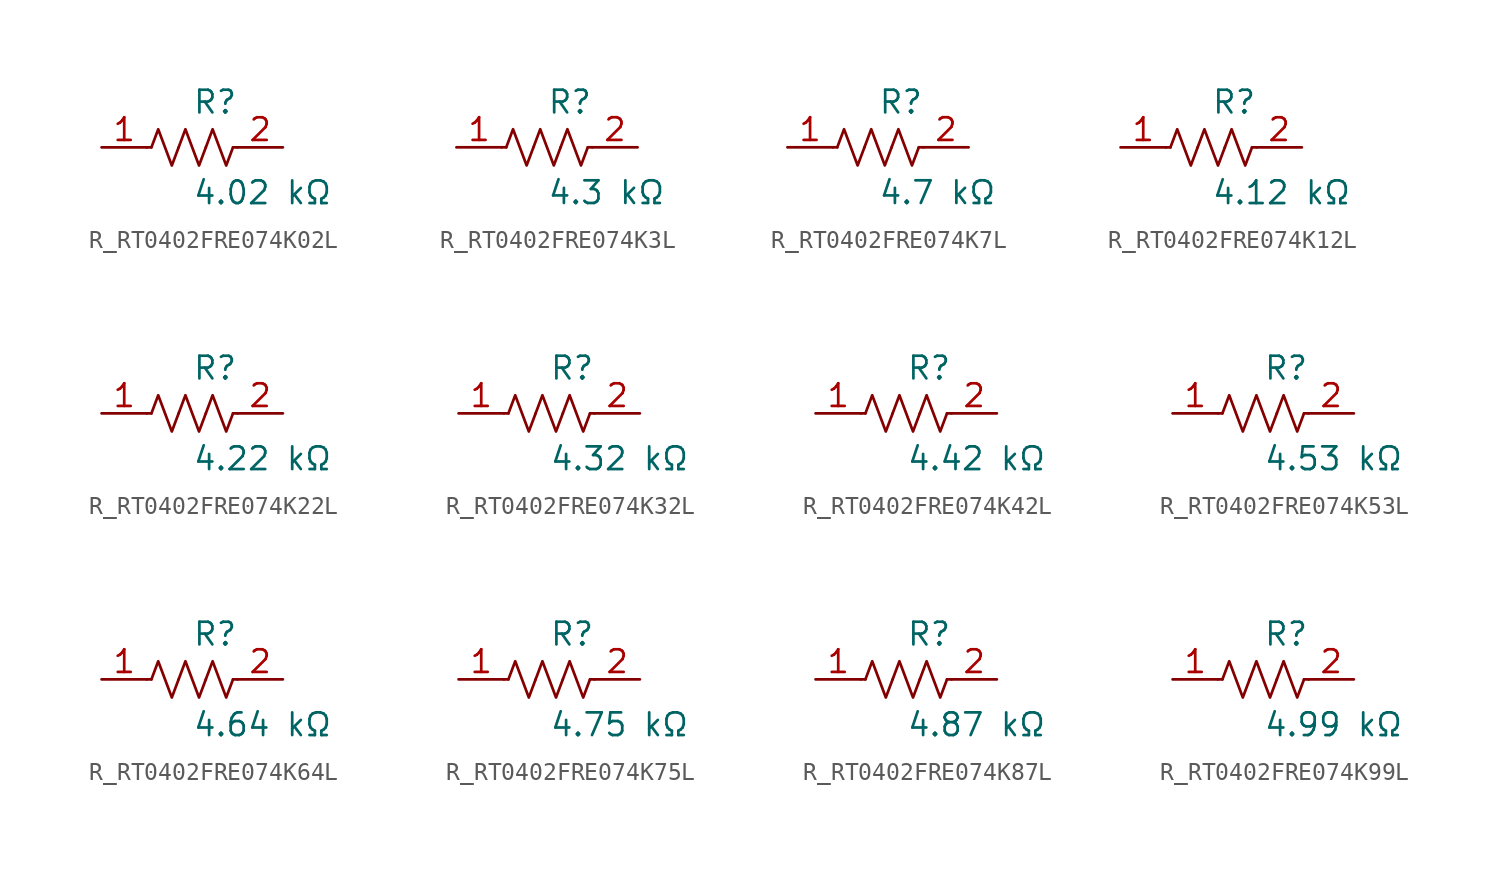
<source format=kicad_sym>
(kicad_symbol_lib
  (version 20231120)
  (generator kicad_symbol_editor)
  (generator_version 8.0)
  (symbol "R_RT0402FRE074K02L"
    (pin_names
      (offset 0.254))
    (property "Reference" "R"
      (at 0.0 2.54 0)
      (effects (font (size 1.27 1.27)) (justify left)))
    (property "Value" "4.02 kΩ"
      (at 0.0 -2.54 0)
      (effects (font (size 1.27 1.27)) (justify left)))
    (symbol "R_RT0402FRE074K02L_0_1"
      (polyline (pts (xy 2.286 0) (xy 2.54 0)) (stroke (width 0) (type default)) (fill (type none)))
      (polyline (pts (xy -2.286 0) (xy -2.54 0)) (stroke (width 0) (type default)) (fill (type none)))
      (polyline (pts (xy 0.762 0) (xy 1.143 1.016) (xy 1.524 0) (xy 1.905 -1.016) (xy 2.286 0)) (stroke (width 0) (type default)) (fill (type none)))
      (polyline (pts (xy -0.762 0) (xy -0.381 1.016) (xy 0 0) (xy 0.381 -1.016) (xy 0.762 0)) (stroke (width 0) (type default)) (fill (type none)))
      (polyline (pts (xy -2.286 0) (xy -1.905 1.016) (xy -1.524 0) (xy -1.143 -1.016) (xy -0.762 0)) (stroke (width 0) (type default)) (fill (type none))))
    (pin unspecified line
      (at -5.08 0 0)
      (length 2.54)
      (name "" (effects (font (size 1.27 1.27))))
      (number "1" (effects (font (size 1.27 1.27)))))
    (pin unspecified line
      (at 5.08 0 180)
      (length 2.54)
      (name "" (effects (font (size 1.27 1.27))))
      (number "2" (effects (font (size 1.27 1.27))))))
  (symbol "R_RT0402FRE074K3L"
    (pin_names
      (offset 0.254))
    (property "Reference" "R"
      (at 0.0 2.54 0)
      (effects (font (size 1.27 1.27)) (justify left)))
    (property "Value" "4.3 kΩ"
      (at 0.0 -2.54 0)
      (effects (font (size 1.27 1.27)) (justify left)))
    (symbol "R_RT0402FRE074K3L_0_1"
      (polyline (pts (xy 2.286 0) (xy 2.54 0)) (stroke (width 0) (type default)) (fill (type none)))
      (polyline (pts (xy -2.286 0) (xy -2.54 0)) (stroke (width 0) (type default)) (fill (type none)))
      (polyline (pts (xy 0.762 0) (xy 1.143 1.016) (xy 1.524 0) (xy 1.905 -1.016) (xy 2.286 0)) (stroke (width 0) (type default)) (fill (type none)))
      (polyline (pts (xy -0.762 0) (xy -0.381 1.016) (xy 0 0) (xy 0.381 -1.016) (xy 0.762 0)) (stroke (width 0) (type default)) (fill (type none)))
      (polyline (pts (xy -2.286 0) (xy -1.905 1.016) (xy -1.524 0) (xy -1.143 -1.016) (xy -0.762 0)) (stroke (width 0) (type default)) (fill (type none))))
    (pin unspecified line
      (at -5.08 0 0)
      (length 2.54)
      (name "" (effects (font (size 1.27 1.27))))
      (number "1" (effects (font (size 1.27 1.27)))))
    (pin unspecified line
      (at 5.08 0 180)
      (length 2.54)
      (name "" (effects (font (size 1.27 1.27))))
      (number "2" (effects (font (size 1.27 1.27))))))
  (symbol "R_RT0402FRE074K7L"
    (pin_names
      (offset 0.254))
    (property "Reference" "R"
      (at 0.0 2.54 0)
      (effects (font (size 1.27 1.27)) (justify left)))
    (property "Value" "4.7 kΩ"
      (at 0.0 -2.54 0)
      (effects (font (size 1.27 1.27)) (justify left)))
    (symbol "R_RT0402FRE074K7L_0_1"
      (polyline (pts (xy 2.286 0) (xy 2.54 0)) (stroke (width 0) (type default)) (fill (type none)))
      (polyline (pts (xy -2.286 0) (xy -2.54 0)) (stroke (width 0) (type default)) (fill (type none)))
      (polyline (pts (xy 0.762 0) (xy 1.143 1.016) (xy 1.524 0) (xy 1.905 -1.016) (xy 2.286 0)) (stroke (width 0) (type default)) (fill (type none)))
      (polyline (pts (xy -0.762 0) (xy -0.381 1.016) (xy 0 0) (xy 0.381 -1.016) (xy 0.762 0)) (stroke (width 0) (type default)) (fill (type none)))
      (polyline (pts (xy -2.286 0) (xy -1.905 1.016) (xy -1.524 0) (xy -1.143 -1.016) (xy -0.762 0)) (stroke (width 0) (type default)) (fill (type none))))
    (pin unspecified line
      (at -5.08 0 0)
      (length 2.54)
      (name "" (effects (font (size 1.27 1.27))))
      (number "1" (effects (font (size 1.27 1.27)))))
    (pin unspecified line
      (at 5.08 0 180)
      (length 2.54)
      (name "" (effects (font (size 1.27 1.27))))
      (number "2" (effects (font (size 1.27 1.27))))))
  (symbol "R_RT0402FRE074K12L"
    (pin_names
      (offset 0.254))
    (property "Reference" "R"
      (at 0.0 2.54 0)
      (effects (font (size 1.27 1.27)) (justify left)))
    (property "Value" "4.12 kΩ"
      (at 0.0 -2.54 0)
      (effects (font (size 1.27 1.27)) (justify left)))
    (symbol "R_RT0402FRE074K12L_0_1"
      (polyline (pts (xy 2.286 0) (xy 2.54 0)) (stroke (width 0) (type default)) (fill (type none)))
      (polyline (pts (xy -2.286 0) (xy -2.54 0)) (stroke (width 0) (type default)) (fill (type none)))
      (polyline (pts (xy 0.762 0) (xy 1.143 1.016) (xy 1.524 0) (xy 1.905 -1.016) (xy 2.286 0)) (stroke (width 0) (type default)) (fill (type none)))
      (polyline (pts (xy -0.762 0) (xy -0.381 1.016) (xy 0 0) (xy 0.381 -1.016) (xy 0.762 0)) (stroke (width 0) (type default)) (fill (type none)))
      (polyline (pts (xy -2.286 0) (xy -1.905 1.016) (xy -1.524 0) (xy -1.143 -1.016) (xy -0.762 0)) (stroke (width 0) (type default)) (fill (type none))))
    (pin unspecified line
      (at -5.08 0 0)
      (length 2.54)
      (name "" (effects (font (size 1.27 1.27))))
      (number "1" (effects (font (size 1.27 1.27)))))
    (pin unspecified line
      (at 5.08 0 180)
      (length 2.54)
      (name "" (effects (font (size 1.27 1.27))))
      (number "2" (effects (font (size 1.27 1.27))))))
  (symbol "R_RT0402FRE074K22L"
    (pin_names
      (offset 0.254))
    (property "Reference" "R"
      (at 0.0 2.54 0)
      (effects (font (size 1.27 1.27)) (justify left)))
    (property "Value" "4.22 kΩ"
      (at 0.0 -2.54 0)
      (effects (font (size 1.27 1.27)) (justify left)))
    (symbol "R_RT0402FRE074K22L_0_1"
      (polyline (pts (xy 2.286 0) (xy 2.54 0)) (stroke (width 0) (type default)) (fill (type none)))
      (polyline (pts (xy -2.286 0) (xy -2.54 0)) (stroke (width 0) (type default)) (fill (type none)))
      (polyline (pts (xy 0.762 0) (xy 1.143 1.016) (xy 1.524 0) (xy 1.905 -1.016) (xy 2.286 0)) (stroke (width 0) (type default)) (fill (type none)))
      (polyline (pts (xy -0.762 0) (xy -0.381 1.016) (xy 0 0) (xy 0.381 -1.016) (xy 0.762 0)) (stroke (width 0) (type default)) (fill (type none)))
      (polyline (pts (xy -2.286 0) (xy -1.905 1.016) (xy -1.524 0) (xy -1.143 -1.016) (xy -0.762 0)) (stroke (width 0) (type default)) (fill (type none))))
    (pin unspecified line
      (at -5.08 0 0)
      (length 2.54)
      (name "" (effects (font (size 1.27 1.27))))
      (number "1" (effects (font (size 1.27 1.27)))))
    (pin unspecified line
      (at 5.08 0 180)
      (length 2.54)
      (name "" (effects (font (size 1.27 1.27))))
      (number "2" (effects (font (size 1.27 1.27))))))
  (symbol "R_RT0402FRE074K32L"
    (pin_names
      (offset 0.254))
    (property "Reference" "R"
      (at 0.0 2.54 0)
      (effects (font (size 1.27 1.27)) (justify left)))
    (property "Value" "4.32 kΩ"
      (at 0.0 -2.54 0)
      (effects (font (size 1.27 1.27)) (justify left)))
    (symbol "R_RT0402FRE074K32L_0_1"
      (polyline (pts (xy 2.286 0) (xy 2.54 0)) (stroke (width 0) (type default)) (fill (type none)))
      (polyline (pts (xy -2.286 0) (xy -2.54 0)) (stroke (width 0) (type default)) (fill (type none)))
      (polyline (pts (xy 0.762 0) (xy 1.143 1.016) (xy 1.524 0) (xy 1.905 -1.016) (xy 2.286 0)) (stroke (width 0) (type default)) (fill (type none)))
      (polyline (pts (xy -0.762 0) (xy -0.381 1.016) (xy 0 0) (xy 0.381 -1.016) (xy 0.762 0)) (stroke (width 0) (type default)) (fill (type none)))
      (polyline (pts (xy -2.286 0) (xy -1.905 1.016) (xy -1.524 0) (xy -1.143 -1.016) (xy -0.762 0)) (stroke (width 0) (type default)) (fill (type none))))
    (pin unspecified line
      (at -5.08 0 0)
      (length 2.54)
      (name "" (effects (font (size 1.27 1.27))))
      (number "1" (effects (font (size 1.27 1.27)))))
    (pin unspecified line
      (at 5.08 0 180)
      (length 2.54)
      (name "" (effects (font (size 1.27 1.27))))
      (number "2" (effects (font (size 1.27 1.27))))))
  (symbol "R_RT0402FRE074K42L"
    (pin_names
      (offset 0.254))
    (property "Reference" "R"
      (at 0.0 2.54 0)
      (effects (font (size 1.27 1.27)) (justify left)))
    (property "Value" "4.42 kΩ"
      (at 0.0 -2.54 0)
      (effects (font (size 1.27 1.27)) (justify left)))
    (symbol "R_RT0402FRE074K42L_0_1"
      (polyline (pts (xy 2.286 0) (xy 2.54 0)) (stroke (width 0) (type default)) (fill (type none)))
      (polyline (pts (xy -2.286 0) (xy -2.54 0)) (stroke (width 0) (type default)) (fill (type none)))
      (polyline (pts (xy 0.762 0) (xy 1.143 1.016) (xy 1.524 0) (xy 1.905 -1.016) (xy 2.286 0)) (stroke (width 0) (type default)) (fill (type none)))
      (polyline (pts (xy -0.762 0) (xy -0.381 1.016) (xy 0 0) (xy 0.381 -1.016) (xy 0.762 0)) (stroke (width 0) (type default)) (fill (type none)))
      (polyline (pts (xy -2.286 0) (xy -1.905 1.016) (xy -1.524 0) (xy -1.143 -1.016) (xy -0.762 0)) (stroke (width 0) (type default)) (fill (type none))))
    (pin unspecified line
      (at -5.08 0 0)
      (length 2.54)
      (name "" (effects (font (size 1.27 1.27))))
      (number "1" (effects (font (size 1.27 1.27)))))
    (pin unspecified line
      (at 5.08 0 180)
      (length 2.54)
      (name "" (effects (font (size 1.27 1.27))))
      (number "2" (effects (font (size 1.27 1.27))))))
  (symbol "R_RT0402FRE074K53L"
    (pin_names
      (offset 0.254))
    (property "Reference" "R"
      (at 0.0 2.54 0)
      (effects (font (size 1.27 1.27)) (justify left)))
    (property "Value" "4.53 kΩ"
      (at 0.0 -2.54 0)
      (effects (font (size 1.27 1.27)) (justify left)))
    (symbol "R_RT0402FRE074K53L_0_1"
      (polyline (pts (xy 2.286 0) (xy 2.54 0)) (stroke (width 0) (type default)) (fill (type none)))
      (polyline (pts (xy -2.286 0) (xy -2.54 0)) (stroke (width 0) (type default)) (fill (type none)))
      (polyline (pts (xy 0.762 0) (xy 1.143 1.016) (xy 1.524 0) (xy 1.905 -1.016) (xy 2.286 0)) (stroke (width 0) (type default)) (fill (type none)))
      (polyline (pts (xy -0.762 0) (xy -0.381 1.016) (xy 0 0) (xy 0.381 -1.016) (xy 0.762 0)) (stroke (width 0) (type default)) (fill (type none)))
      (polyline (pts (xy -2.286 0) (xy -1.905 1.016) (xy -1.524 0) (xy -1.143 -1.016) (xy -0.762 0)) (stroke (width 0) (type default)) (fill (type none))))
    (pin unspecified line
      (at -5.08 0 0)
      (length 2.54)
      (name "" (effects (font (size 1.27 1.27))))
      (number "1" (effects (font (size 1.27 1.27)))))
    (pin unspecified line
      (at 5.08 0 180)
      (length 2.54)
      (name "" (effects (font (size 1.27 1.27))))
      (number "2" (effects (font (size 1.27 1.27))))))
  (symbol "R_RT0402FRE074K64L"
    (pin_names
      (offset 0.254))
    (property "Reference" "R"
      (at 0.0 2.54 0)
      (effects (font (size 1.27 1.27)) (justify left)))
    (property "Value" "4.64 kΩ"
      (at 0.0 -2.54 0)
      (effects (font (size 1.27 1.27)) (justify left)))
    (symbol "R_RT0402FRE074K64L_0_1"
      (polyline (pts (xy 2.286 0) (xy 2.54 0)) (stroke (width 0) (type default)) (fill (type none)))
      (polyline (pts (xy -2.286 0) (xy -2.54 0)) (stroke (width 0) (type default)) (fill (type none)))
      (polyline (pts (xy 0.762 0) (xy 1.143 1.016) (xy 1.524 0) (xy 1.905 -1.016) (xy 2.286 0)) (stroke (width 0) (type default)) (fill (type none)))
      (polyline (pts (xy -0.762 0) (xy -0.381 1.016) (xy 0 0) (xy 0.381 -1.016) (xy 0.762 0)) (stroke (width 0) (type default)) (fill (type none)))
      (polyline (pts (xy -2.286 0) (xy -1.905 1.016) (xy -1.524 0) (xy -1.143 -1.016) (xy -0.762 0)) (stroke (width 0) (type default)) (fill (type none))))
    (pin unspecified line
      (at -5.08 0 0)
      (length 2.54)
      (name "" (effects (font (size 1.27 1.27))))
      (number "1" (effects (font (size 1.27 1.27)))))
    (pin unspecified line
      (at 5.08 0 180)
      (length 2.54)
      (name "" (effects (font (size 1.27 1.27))))
      (number "2" (effects (font (size 1.27 1.27))))))
  (symbol "R_RT0402FRE074K75L"
    (pin_names
      (offset 0.254))
    (property "Reference" "R"
      (at 0.0 2.54 0)
      (effects (font (size 1.27 1.27)) (justify left)))
    (property "Value" "4.75 kΩ"
      (at 0.0 -2.54 0)
      (effects (font (size 1.27 1.27)) (justify left)))
    (symbol "R_RT0402FRE074K75L_0_1"
      (polyline (pts (xy 2.286 0) (xy 2.54 0)) (stroke (width 0) (type default)) (fill (type none)))
      (polyline (pts (xy -2.286 0) (xy -2.54 0)) (stroke (width 0) (type default)) (fill (type none)))
      (polyline (pts (xy 0.762 0) (xy 1.143 1.016) (xy 1.524 0) (xy 1.905 -1.016) (xy 2.286 0)) (stroke (width 0) (type default)) (fill (type none)))
      (polyline (pts (xy -0.762 0) (xy -0.381 1.016) (xy 0 0) (xy 0.381 -1.016) (xy 0.762 0)) (stroke (width 0) (type default)) (fill (type none)))
      (polyline (pts (xy -2.286 0) (xy -1.905 1.016) (xy -1.524 0) (xy -1.143 -1.016) (xy -0.762 0)) (stroke (width 0) (type default)) (fill (type none))))
    (pin unspecified line
      (at -5.08 0 0)
      (length 2.54)
      (name "" (effects (font (size 1.27 1.27))))
      (number "1" (effects (font (size 1.27 1.27)))))
    (pin unspecified line
      (at 5.08 0 180)
      (length 2.54)
      (name "" (effects (font (size 1.27 1.27))))
      (number "2" (effects (font (size 1.27 1.27))))))
  (symbol "R_RT0402FRE074K87L"
    (pin_names
      (offset 0.254))
    (property "Reference" "R"
      (at 0.0 2.54 0)
      (effects (font (size 1.27 1.27)) (justify left)))
    (property "Value" "4.87 kΩ"
      (at 0.0 -2.54 0)
      (effects (font (size 1.27 1.27)) (justify left)))
    (symbol "R_RT0402FRE074K87L_0_1"
      (polyline (pts (xy 2.286 0) (xy 2.54 0)) (stroke (width 0) (type default)) (fill (type none)))
      (polyline (pts (xy -2.286 0) (xy -2.54 0)) (stroke (width 0) (type default)) (fill (type none)))
      (polyline (pts (xy 0.762 0) (xy 1.143 1.016) (xy 1.524 0) (xy 1.905 -1.016) (xy 2.286 0)) (stroke (width 0) (type default)) (fill (type none)))
      (polyline (pts (xy -0.762 0) (xy -0.381 1.016) (xy 0 0) (xy 0.381 -1.016) (xy 0.762 0)) (stroke (width 0) (type default)) (fill (type none)))
      (polyline (pts (xy -2.286 0) (xy -1.905 1.016) (xy -1.524 0) (xy -1.143 -1.016) (xy -0.762 0)) (stroke (width 0) (type default)) (fill (type none))))
    (pin unspecified line
      (at -5.08 0 0)
      (length 2.54)
      (name "" (effects (font (size 1.27 1.27))))
      (number "1" (effects (font (size 1.27 1.27)))))
    (pin unspecified line
      (at 5.08 0 180)
      (length 2.54)
      (name "" (effects (font (size 1.27 1.27))))
      (number "2" (effects (font (size 1.27 1.27))))))
  (symbol "R_RT0402FRE074K99L"
    (pin_names
      (offset 0.254))
    (property "Reference" "R"
      (at 0.0 2.54 0)
      (effects (font (size 1.27 1.27)) (justify left)))
    (property "Value" "4.99 kΩ"
      (at 0.0 -2.54 0)
      (effects (font (size 1.27 1.27)) (justify left)))
    (symbol "R_RT0402FRE074K99L_0_1"
      (polyline (pts (xy 2.286 0) (xy 2.54 0)) (stroke (width 0) (type default)) (fill (type none)))
      (polyline (pts (xy -2.286 0) (xy -2.54 0)) (stroke (width 0) (type default)) (fill (type none)))
      (polyline (pts (xy 0.762 0) (xy 1.143 1.016) (xy 1.524 0) (xy 1.905 -1.016) (xy 2.286 0)) (stroke (width 0) (type default)) (fill (type none)))
      (polyline (pts (xy -0.762 0) (xy -0.381 1.016) (xy 0 0) (xy 0.381 -1.016) (xy 0.762 0)) (stroke (width 0) (type default)) (fill (type none)))
      (polyline (pts (xy -2.286 0) (xy -1.905 1.016) (xy -1.524 0) (xy -1.143 -1.016) (xy -0.762 0)) (stroke (width 0) (type default)) (fill (type none))))
    (pin unspecified line
      (at -5.08 0 0)
      (length 2.54)
      (name "" (effects (font (size 1.27 1.27))))
      (number "1" (effects (font (size 1.27 1.27)))))
    (pin unspecified line
      (at 5.08 0 180)
      (length 2.54)
      (name "" (effects (font (size 1.27 1.27))))
      (number "2" (effects (font (size 1.27 1.27)))))))
</source>
